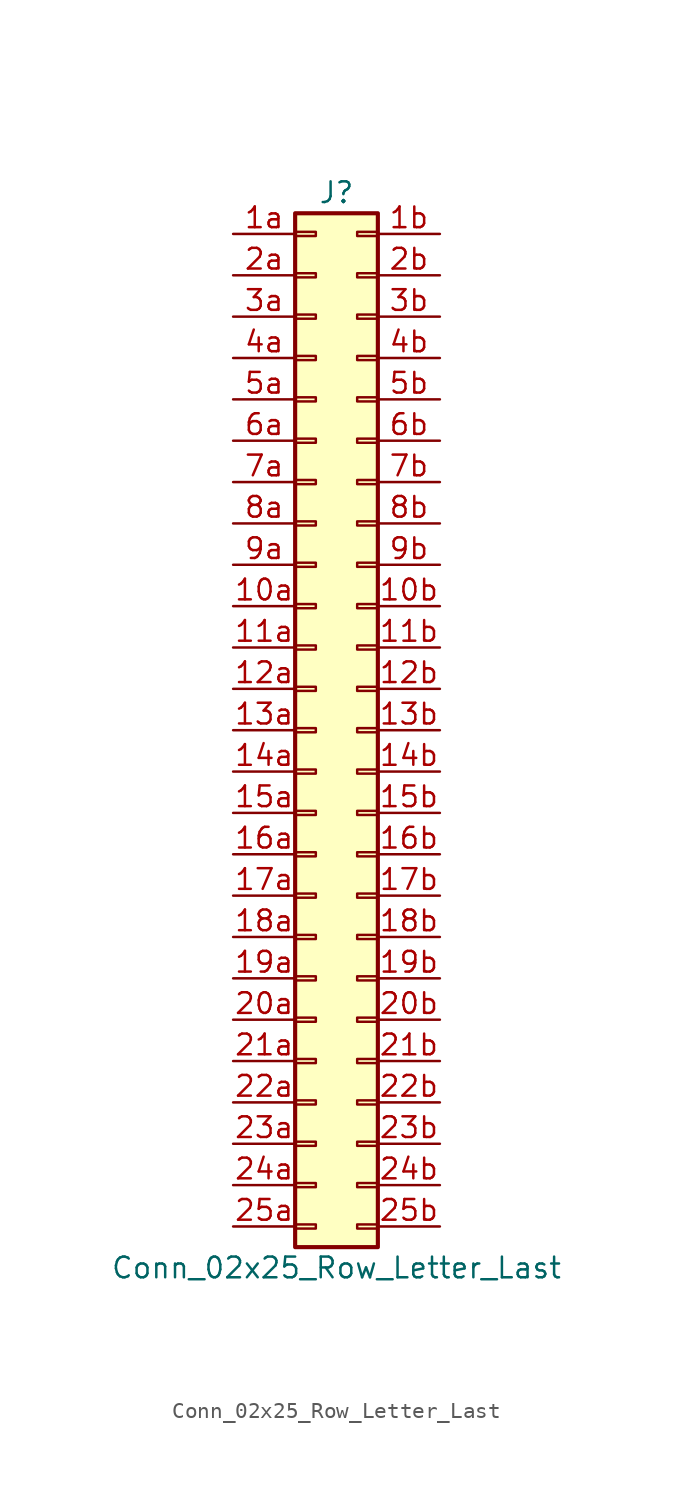
<source format=kicad_sym>
(kicad_symbol_lib
  (version 20201005)
  (generator kicad_symbol_editor)
  (symbol "Conn_02x25_Row_Letter_Last"
    (pin_names
      (offset 1.016) hide)
    (property "Reference" "J"
      (at 1.27 33.02 0)
      (effects (font (size 1.27 1.27))))
    (property "Value" "Conn_02x25_Row_Letter_Last"
      (at 1.27 -33.02 0)
      (effects (font (size 1.27 1.27))))
    (symbol "Conn_02x25_Row_Letter_Last_1_1"
      (rectangle (start -1.27 -30.353) (end 0 -30.607) (stroke (width 0.152)) (fill (type none)))
      (rectangle (start -1.27 -27.813) (end 0 -28.067) (stroke (width 0.152)) (fill (type none)))
      (rectangle (start -1.27 -25.273) (end 0 -25.527) (stroke (width 0.152)) (fill (type none)))
      (rectangle (start -1.27 -22.733) (end 0 -22.987) (stroke (width 0.152)) (fill (type none)))
      (rectangle (start -1.27 -20.193) (end 0 -20.447) (stroke (width 0.152)) (fill (type none)))
      (rectangle (start -1.27 -17.653) (end 0 -17.907) (stroke (width 0.152)) (fill (type none)))
      (rectangle (start -1.27 -15.113) (end 0 -15.367) (stroke (width 0.152)) (fill (type none)))
      (rectangle (start -1.27 -12.573) (end 0 -12.827) (stroke (width 0.152)) (fill (type none)))
      (rectangle (start -1.27 -10.033) (end 0 -10.287) (stroke (width 0.152)) (fill (type none)))
      (rectangle (start -1.27 -7.493) (end 0 -7.747) (stroke (width 0.152)) (fill (type none)))
      (rectangle (start -1.27 -4.953) (end 0 -5.207) (stroke (width 0.152)) (fill (type none)))
      (rectangle (start -1.27 -2.413) (end 0 -2.667) (stroke (width 0.152)) (fill (type none)))
      (rectangle (start -1.27 0.127) (end 0 -0.127) (stroke (width 0.152)) (fill (type none)))
      (rectangle (start -1.27 2.667) (end 0 2.413) (stroke (width 0.152)) (fill (type none)))
      (rectangle (start -1.27 5.207) (end 0 4.953) (stroke (width 0.152)) (fill (type none)))
      (rectangle (start -1.27 7.747) (end 0 7.493) (stroke (width 0.152)) (fill (type none)))
      (rectangle (start -1.27 10.287) (end 0 10.033) (stroke (width 0.152)) (fill (type none)))
      (rectangle (start -1.27 12.827) (end 0 12.573) (stroke (width 0.152)) (fill (type none)))
      (rectangle (start -1.27 15.367) (end 0 15.113) (stroke (width 0.152)) (fill (type none)))
      (rectangle (start -1.27 17.907) (end 0 17.653) (stroke (width 0.152)) (fill (type none)))
      (rectangle (start -1.27 20.447) (end 0 20.193) (stroke (width 0.152)) (fill (type none)))
      (rectangle (start -1.27 22.987) (end 0 22.733) (stroke (width 0.152)) (fill (type none)))
      (rectangle (start -1.27 25.527) (end 0 25.273) (stroke (width 0.152)) (fill (type none)))
      (rectangle (start -1.27 28.067) (end 0 27.813) (stroke (width 0.152)) (fill (type none)))
      (rectangle (start -1.27 30.607) (end 0 30.353) (stroke (width 0.152)) (fill (type none)))
      (rectangle (start -1.27 31.75) (end 3.81 -31.75) (stroke (width 0.254)) (fill (type background)))
      (rectangle (start 3.81 -30.353) (end 2.54 -30.607) (stroke (width 0.152)) (fill (type none)))
      (rectangle (start 3.81 -27.813) (end 2.54 -28.067) (stroke (width 0.152)) (fill (type none)))
      (rectangle (start 3.81 -25.273) (end 2.54 -25.527) (stroke (width 0.152)) (fill (type none)))
      (rectangle (start 3.81 -22.733) (end 2.54 -22.987) (stroke (width 0.152)) (fill (type none)))
      (rectangle (start 3.81 -20.193) (end 2.54 -20.447) (stroke (width 0.152)) (fill (type none)))
      (rectangle (start 3.81 -17.653) (end 2.54 -17.907) (stroke (width 0.152)) (fill (type none)))
      (rectangle (start 3.81 -15.113) (end 2.54 -15.367) (stroke (width 0.152)) (fill (type none)))
      (rectangle (start 3.81 -12.573) (end 2.54 -12.827) (stroke (width 0.152)) (fill (type none)))
      (rectangle (start 3.81 -10.033) (end 2.54 -10.287) (stroke (width 0.152)) (fill (type none)))
      (rectangle (start 3.81 -7.493) (end 2.54 -7.747) (stroke (width 0.152)) (fill (type none)))
      (rectangle (start 3.81 -4.953) (end 2.54 -5.207) (stroke (width 0.152)) (fill (type none)))
      (rectangle (start 3.81 -2.413) (end 2.54 -2.667) (stroke (width 0.152)) (fill (type none)))
      (rectangle (start 3.81 0.127) (end 2.54 -0.127) (stroke (width 0.152)) (fill (type none)))
      (rectangle (start 3.81 2.667) (end 2.54 2.413) (stroke (width 0.152)) (fill (type none)))
      (rectangle (start 3.81 5.207) (end 2.54 4.953) (stroke (width 0.152)) (fill (type none)))
      (rectangle (start 3.81 7.747) (end 2.54 7.493) (stroke (width 0.152)) (fill (type none)))
      (rectangle (start 3.81 10.287) (end 2.54 10.033) (stroke (width 0.152)) (fill (type none)))
      (rectangle (start 3.81 12.827) (end 2.54 12.573) (stroke (width 0.152)) (fill (type none)))
      (rectangle (start 3.81 15.367) (end 2.54 15.113) (stroke (width 0.152)) (fill (type none)))
      (rectangle (start 3.81 17.907) (end 2.54 17.653) (stroke (width 0.152)) (fill (type none)))
      (rectangle (start 3.81 20.447) (end 2.54 20.193) (stroke (width 0.152)) (fill (type none)))
      (rectangle (start 3.81 22.987) (end 2.54 22.733) (stroke (width 0.152)) (fill (type none)))
      (rectangle (start 3.81 25.527) (end 2.54 25.273) (stroke (width 0.152)) (fill (type none)))
      (rectangle (start 3.81 28.067) (end 2.54 27.813) (stroke (width 0.152)) (fill (type none)))
      (rectangle (start 3.81 30.607) (end 2.54 30.353) (stroke (width 0.152)) (fill (type none)))
      (pin passive line (at -5.08 7.62 0) (length 3.81) (name "Pin_10a" (effects (font (size 1.27 1.27)))) (number "10a" (effects (font (size 1.27 1.27)))))
      (pin passive line (at 7.62 7.62 180) (length 3.81) (name "Pin_10b" (effects (font (size 1.27 1.27)))) (number "10b" (effects (font (size 1.27 1.27)))))
      (pin passive line (at -5.08 5.08 0) (length 3.81) (name "Pin_11a" (effects (font (size 1.27 1.27)))) (number "11a" (effects (font (size 1.27 1.27)))))
      (pin passive line (at 7.62 5.08 180) (length 3.81) (name "Pin_11b" (effects (font (size 1.27 1.27)))) (number "11b" (effects (font (size 1.27 1.27)))))
      (pin passive line (at -5.08 2.54 0) (length 3.81) (name "Pin_12a" (effects (font (size 1.27 1.27)))) (number "12a" (effects (font (size 1.27 1.27)))))
      (pin passive line (at 7.62 2.54 180) (length 3.81) (name "Pin_12b" (effects (font (size 1.27 1.27)))) (number "12b" (effects (font (size 1.27 1.27)))))
      (pin passive line (at -5.08 0 0) (length 3.81) (name "Pin_13a" (effects (font (size 1.27 1.27)))) (number "13a" (effects (font (size 1.27 1.27)))))
      (pin passive line (at 7.62 0 180) (length 3.81) (name "Pin_13b" (effects (font (size 1.27 1.27)))) (number "13b" (effects (font (size 1.27 1.27)))))
      (pin passive line (at -5.08 -2.54 0) (length 3.81) (name "Pin_14a" (effects (font (size 1.27 1.27)))) (number "14a" (effects (font (size 1.27 1.27)))))
      (pin passive line (at 7.62 -2.54 180) (length 3.81) (name "Pin_14b" (effects (font (size 1.27 1.27)))) (number "14b" (effects (font (size 1.27 1.27)))))
      (pin passive line (at -5.08 -5.08 0) (length 3.81) (name "Pin_15a" (effects (font (size 1.27 1.27)))) (number "15a" (effects (font (size 1.27 1.27)))))
      (pin passive line (at 7.62 -5.08 180) (length 3.81) (name "Pin_15b" (effects (font (size 1.27 1.27)))) (number "15b" (effects (font (size 1.27 1.27)))))
      (pin passive line (at -5.08 -7.62 0) (length 3.81) (name "Pin_16a" (effects (font (size 1.27 1.27)))) (number "16a" (effects (font (size 1.27 1.27)))))
      (pin passive line (at 7.62 -7.62 180) (length 3.81) (name "Pin_16b" (effects (font (size 1.27 1.27)))) (number "16b" (effects (font (size 1.27 1.27)))))
      (pin passive line (at -5.08 -10.16 0) (length 3.81) (name "Pin_17a" (effects (font (size 1.27 1.27)))) (number "17a" (effects (font (size 1.27 1.27)))))
      (pin passive line (at 7.62 -10.16 180) (length 3.81) (name "Pin_17b" (effects (font (size 1.27 1.27)))) (number "17b" (effects (font (size 1.27 1.27)))))
      (pin passive line (at -5.08 -12.7 0) (length 3.81) (name "Pin_18a" (effects (font (size 1.27 1.27)))) (number "18a" (effects (font (size 1.27 1.27)))))
      (pin passive line (at 7.62 -12.7 180) (length 3.81) (name "Pin_18b" (effects (font (size 1.27 1.27)))) (number "18b" (effects (font (size 1.27 1.27)))))
      (pin passive line (at -5.08 -15.24 0) (length 3.81) (name "Pin_19a" (effects (font (size 1.27 1.27)))) (number "19a" (effects (font (size 1.27 1.27)))))
      (pin passive line (at 7.62 -15.24 180) (length 3.81) (name "Pin_19b" (effects (font (size 1.27 1.27)))) (number "19b" (effects (font (size 1.27 1.27)))))
      (pin passive line (at -5.08 30.48 0) (length 3.81) (name "Pin_1a" (effects (font (size 1.27 1.27)))) (number "1a" (effects (font (size 1.27 1.27)))))
      (pin passive line (at 7.62 30.48 180) (length 3.81) (name "Pin_1b" (effects (font (size 1.27 1.27)))) (number "1b" (effects (font (size 1.27 1.27)))))
      (pin passive line (at -5.08 -17.78 0) (length 3.81) (name "Pin_20a" (effects (font (size 1.27 1.27)))) (number "20a" (effects (font (size 1.27 1.27)))))
      (pin passive line (at 7.62 -17.78 180) (length 3.81) (name "Pin_20b" (effects (font (size 1.27 1.27)))) (number "20b" (effects (font (size 1.27 1.27)))))
      (pin passive line (at -5.08 -20.32 0) (length 3.81) (name "Pin_21a" (effects (font (size 1.27 1.27)))) (number "21a" (effects (font (size 1.27 1.27)))))
      (pin passive line (at 7.62 -20.32 180) (length 3.81) (name "Pin_21b" (effects (font (size 1.27 1.27)))) (number "21b" (effects (font (size 1.27 1.27)))))
      (pin passive line (at -5.08 -22.86 0) (length 3.81) (name "Pin_22a" (effects (font (size 1.27 1.27)))) (number "22a" (effects (font (size 1.27 1.27)))))
      (pin passive line (at 7.62 -22.86 180) (length 3.81) (name "Pin_22b" (effects (font (size 1.27 1.27)))) (number "22b" (effects (font (size 1.27 1.27)))))
      (pin passive line (at -5.08 -25.4 0) (length 3.81) (name "Pin_23a" (effects (font (size 1.27 1.27)))) (number "23a" (effects (font (size 1.27 1.27)))))
      (pin passive line (at 7.62 -25.4 180) (length 3.81) (name "Pin_23b" (effects (font (size 1.27 1.27)))) (number "23b" (effects (font (size 1.27 1.27)))))
      (pin passive line (at -5.08 -27.94 0) (length 3.81) (name "Pin_24a" (effects (font (size 1.27 1.27)))) (number "24a" (effects (font (size 1.27 1.27)))))
      (pin passive line (at 7.62 -27.94 180) (length 3.81) (name "Pin_24b" (effects (font (size 1.27 1.27)))) (number "24b" (effects (font (size 1.27 1.27)))))
      (pin passive line (at -5.08 -30.48 0) (length 3.81) (name "Pin_25a" (effects (font (size 1.27 1.27)))) (number "25a" (effects (font (size 1.27 1.27)))))
      (pin passive line (at 7.62 -30.48 180) (length 3.81) (name "Pin_25b" (effects (font (size 1.27 1.27)))) (number "25b" (effects (font (size 1.27 1.27)))))
      (pin passive line (at -5.08 27.94 0) (length 3.81) (name "Pin_2a" (effects (font (size 1.27 1.27)))) (number "2a" (effects (font (size 1.27 1.27)))))
      (pin passive line (at 7.62 27.94 180) (length 3.81) (name "Pin_2b" (effects (font (size 1.27 1.27)))) (number "2b" (effects (font (size 1.27 1.27)))))
      (pin passive line (at -5.08 25.4 0) (length 3.81) (name "Pin_3a" (effects (font (size 1.27 1.27)))) (number "3a" (effects (font (size 1.27 1.27)))))
      (pin passive line (at 7.62 25.4 180) (length 3.81) (name "Pin_3b" (effects (font (size 1.27 1.27)))) (number "3b" (effects (font (size 1.27 1.27)))))
      (pin passive line (at -5.08 22.86 0) (length 3.81) (name "Pin_4a" (effects (font (size 1.27 1.27)))) (number "4a" (effects (font (size 1.27 1.27)))))
      (pin passive line (at 7.62 22.86 180) (length 3.81) (name "Pin_4b" (effects (font (size 1.27 1.27)))) (number "4b" (effects (font (size 1.27 1.27)))))
      (pin passive line (at -5.08 20.32 0) (length 3.81) (name "Pin_5a" (effects (font (size 1.27 1.27)))) (number "5a" (effects (font (size 1.27 1.27)))))
      (pin passive line (at 7.62 20.32 180) (length 3.81) (name "Pin_5b" (effects (font (size 1.27 1.27)))) (number "5b" (effects (font (size 1.27 1.27)))))
      (pin passive line (at -5.08 17.78 0) (length 3.81) (name "Pin_6a" (effects (font (size 1.27 1.27)))) (number "6a" (effects (font (size 1.27 1.27)))))
      (pin passive line (at 7.62 17.78 180) (length 3.81) (name "Pin_6b" (effects (font (size 1.27 1.27)))) (number "6b" (effects (font (size 1.27 1.27)))))
      (pin passive line (at -5.08 15.24 0) (length 3.81) (name "Pin_7a" (effects (font (size 1.27 1.27)))) (number "7a" (effects (font (size 1.27 1.27)))))
      (pin passive line (at 7.62 15.24 180) (length 3.81) (name "Pin_7b" (effects (font (size 1.27 1.27)))) (number "7b" (effects (font (size 1.27 1.27)))))
      (pin passive line (at -5.08 12.7 0) (length 3.81) (name "Pin_8a" (effects (font (size 1.27 1.27)))) (number "8a" (effects (font (size 1.27 1.27)))))
      (pin passive line (at 7.62 12.7 180) (length 3.81) (name "Pin_8b" (effects (font (size 1.27 1.27)))) (number "8b" (effects (font (size 1.27 1.27)))))
      (pin passive line (at -5.08 10.16 0) (length 3.81) (name "Pin_9a" (effects (font (size 1.27 1.27)))) (number "9a" (effects (font (size 1.27 1.27)))))
      (pin passive line (at 7.62 10.16 180) (length 3.81) (name "Pin_9b" (effects (font (size 1.27 1.27)))) (number "9b" (effects (font (size 1.27 1.27))))))))
</source>
